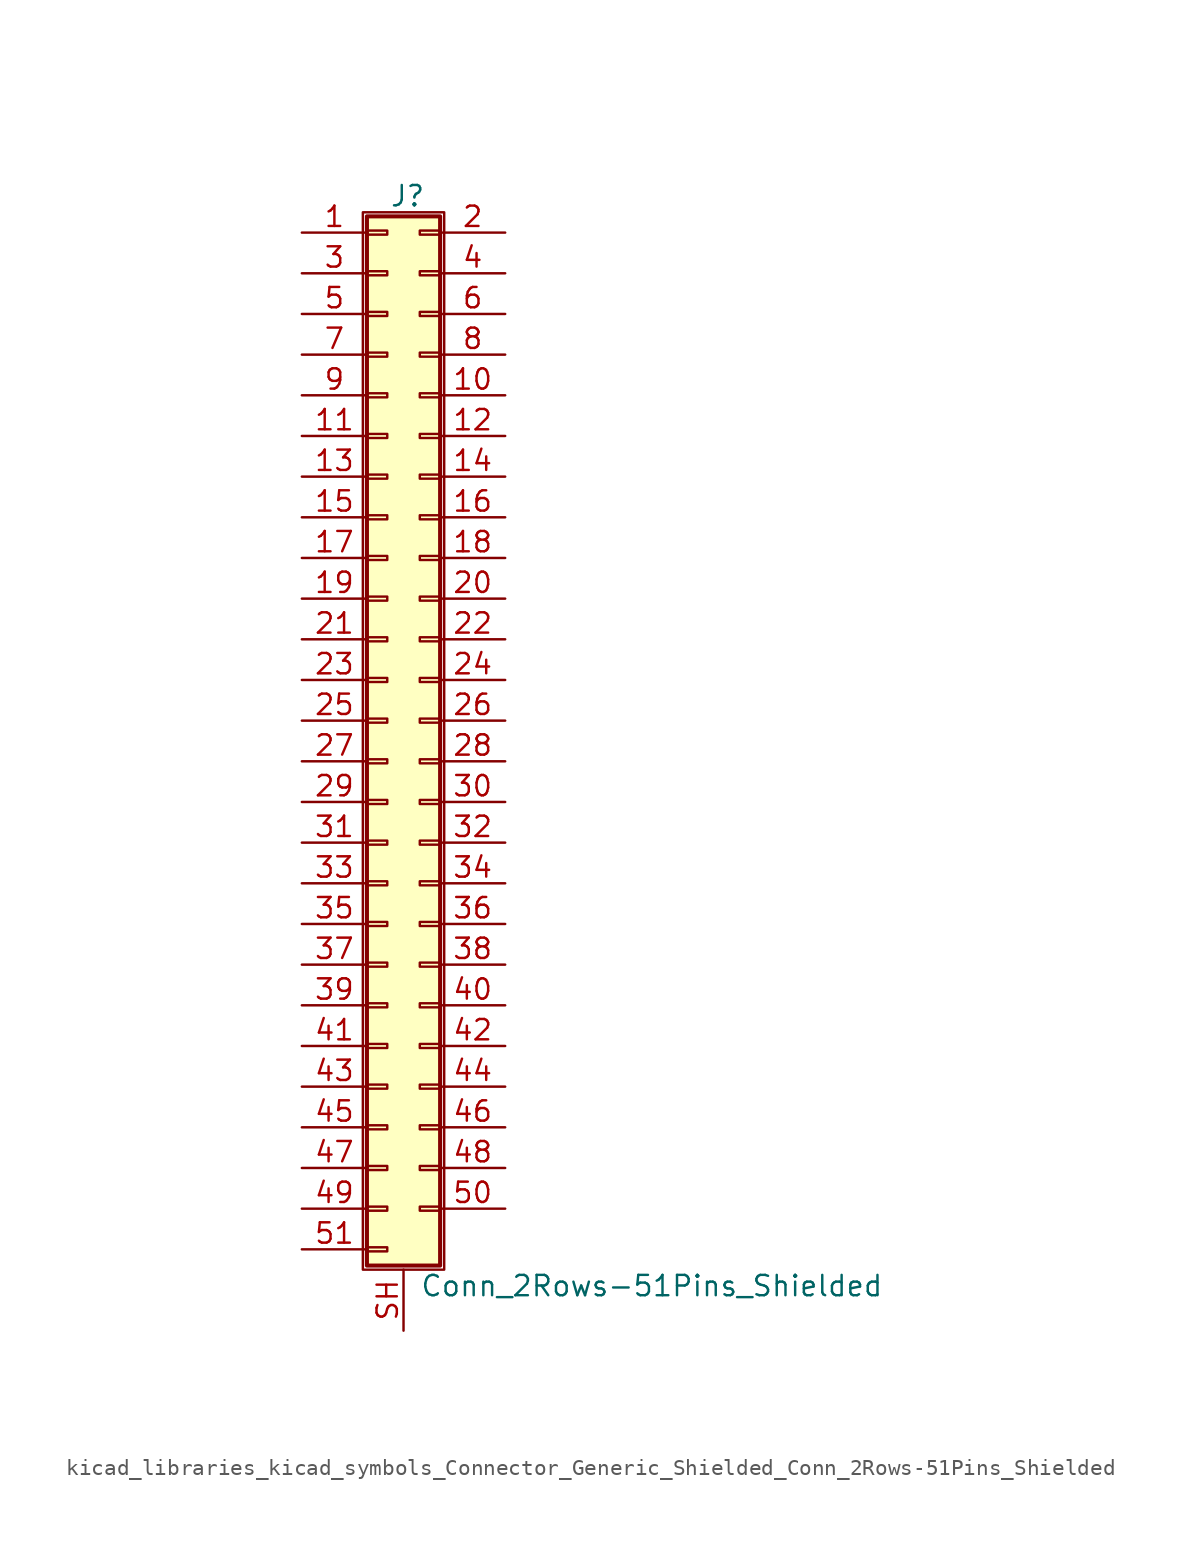
<source format=kicad_sym>
(kicad_symbol_lib
  (version 20220914)
  (generator kicad_symbol_editor)
  (symbol "kicad_libraries_kicad_symbols_Connector_Generic_Shielded_Conn_2Rows-51Pins_Shielded"
    (pin_names
      (offset 1.016) hide)
    (property "Reference" "J"
      (at 1.524 32.766 0)
      (effects (font (size 1.27 1.27))))
    (property "Value" "Conn_2Rows-51Pins_Shielded"
      (at 2.286 -35.306 0)
      (effects (font (size 1.27 1.27)) (justify left)))
    (symbol "kicad_libraries_kicad_symbols_Connector_Generic_Shielded_Conn_2Rows-51Pins_Shielded_1_1"
      (rectangle (start -1.27 31.75) (end 3.81 -34.29) (stroke (width 0.152) (type default)) (fill (type none)))
      (rectangle (start -1.016 -32.893) (end 0.254 -33.147) (stroke (width 0.152) (type default)) (fill (type none)))
      (rectangle (start -1.016 -30.353) (end 0.254 -30.607) (stroke (width 0.152) (type default)) (fill (type none)))
      (rectangle (start -1.016 -27.813) (end 0.254 -28.067) (stroke (width 0.152) (type default)) (fill (type none)))
      (rectangle (start -1.016 -25.273) (end 0.254 -25.527) (stroke (width 0.152) (type default)) (fill (type none)))
      (rectangle (start -1.016 -22.733) (end 0.254 -22.987) (stroke (width 0.152) (type default)) (fill (type none)))
      (rectangle (start -1.016 -20.193) (end 0.254 -20.447) (stroke (width 0.152) (type default)) (fill (type none)))
      (rectangle (start -1.016 -17.653) (end 0.254 -17.907) (stroke (width 0.152) (type default)) (fill (type none)))
      (rectangle (start -1.016 -15.113) (end 0.254 -15.367) (stroke (width 0.152) (type default)) (fill (type none)))
      (rectangle (start -1.016 -12.573) (end 0.254 -12.827) (stroke (width 0.152) (type default)) (fill (type none)))
      (rectangle (start -1.016 -10.033) (end 0.254 -10.287) (stroke (width 0.152) (type default)) (fill (type none)))
      (rectangle (start -1.016 -7.493) (end 0.254 -7.747) (stroke (width 0.152) (type default)) (fill (type none)))
      (rectangle (start -1.016 -4.953) (end 0.254 -5.207) (stroke (width 0.152) (type default)) (fill (type none)))
      (rectangle (start -1.016 -2.413) (end 0.254 -2.667) (stroke (width 0.152) (type default)) (fill (type none)))
      (rectangle (start -1.016 0.127) (end 0.254 -0.127) (stroke (width 0.152) (type default)) (fill (type none)))
      (rectangle (start -1.016 2.667) (end 0.254 2.413) (stroke (width 0.152) (type default)) (fill (type none)))
      (rectangle (start -1.016 5.207) (end 0.254 4.953) (stroke (width 0.152) (type default)) (fill (type none)))
      (rectangle (start -1.016 7.747) (end 0.254 7.493) (stroke (width 0.152) (type default)) (fill (type none)))
      (rectangle (start -1.016 10.287) (end 0.254 10.033) (stroke (width 0.152) (type default)) (fill (type none)))
      (rectangle (start -1.016 12.827) (end 0.254 12.573) (stroke (width 0.152) (type default)) (fill (type none)))
      (rectangle (start -1.016 15.367) (end 0.254 15.113) (stroke (width 0.152) (type default)) (fill (type none)))
      (rectangle (start -1.016 17.907) (end 0.254 17.653) (stroke (width 0.152) (type default)) (fill (type none)))
      (rectangle (start -1.016 20.447) (end 0.254 20.193) (stroke (width 0.152) (type default)) (fill (type none)))
      (rectangle (start -1.016 22.987) (end 0.254 22.733) (stroke (width 0.152) (type default)) (fill (type none)))
      (rectangle (start -1.016 25.527) (end 0.254 25.273) (stroke (width 0.152) (type default)) (fill (type none)))
      (rectangle (start -1.016 28.067) (end 0.254 27.813) (stroke (width 0.152) (type default)) (fill (type none)))
      (rectangle (start -1.016 30.607) (end 0.254 30.353) (stroke (width 0.152) (type default)) (fill (type none)))
      (rectangle (start -1.016 31.496) (end 3.556 -34.036) (stroke (width 0.254) (type default)) (fill (type background)))
      (rectangle (start 3.556 -30.353) (end 2.286 -30.607) (stroke (width 0.152) (type default)) (fill (type none)))
      (rectangle (start 3.556 -27.813) (end 2.286 -28.067) (stroke (width 0.152) (type default)) (fill (type none)))
      (rectangle (start 3.556 -25.273) (end 2.286 -25.527) (stroke (width 0.152) (type default)) (fill (type none)))
      (rectangle (start 3.556 -22.733) (end 2.286 -22.987) (stroke (width 0.152) (type default)) (fill (type none)))
      (rectangle (start 3.556 -20.193) (end 2.286 -20.447) (stroke (width 0.152) (type default)) (fill (type none)))
      (rectangle (start 3.556 -17.653) (end 2.286 -17.907) (stroke (width 0.152) (type default)) (fill (type none)))
      (rectangle (start 3.556 -15.113) (end 2.286 -15.367) (stroke (width 0.152) (type default)) (fill (type none)))
      (rectangle (start 3.556 -12.573) (end 2.286 -12.827) (stroke (width 0.152) (type default)) (fill (type none)))
      (rectangle (start 3.556 -10.033) (end 2.286 -10.287) (stroke (width 0.152) (type default)) (fill (type none)))
      (rectangle (start 3.556 -7.493) (end 2.286 -7.747) (stroke (width 0.152) (type default)) (fill (type none)))
      (rectangle (start 3.556 -4.953) (end 2.286 -5.207) (stroke (width 0.152) (type default)) (fill (type none)))
      (rectangle (start 3.556 -2.413) (end 2.286 -2.667) (stroke (width 0.152) (type default)) (fill (type none)))
      (rectangle (start 3.556 0.127) (end 2.286 -0.127) (stroke (width 0.152) (type default)) (fill (type none)))
      (rectangle (start 3.556 2.667) (end 2.286 2.413) (stroke (width 0.152) (type default)) (fill (type none)))
      (rectangle (start 3.556 5.207) (end 2.286 4.953) (stroke (width 0.152) (type default)) (fill (type none)))
      (rectangle (start 3.556 7.747) (end 2.286 7.493) (stroke (width 0.152) (type default)) (fill (type none)))
      (rectangle (start 3.556 10.287) (end 2.286 10.033) (stroke (width 0.152) (type default)) (fill (type none)))
      (rectangle (start 3.556 12.827) (end 2.286 12.573) (stroke (width 0.152) (type default)) (fill (type none)))
      (rectangle (start 3.556 15.367) (end 2.286 15.113) (stroke (width 0.152) (type default)) (fill (type none)))
      (rectangle (start 3.556 17.907) (end 2.286 17.653) (stroke (width 0.152) (type default)) (fill (type none)))
      (rectangle (start 3.556 20.447) (end 2.286 20.193) (stroke (width 0.152) (type default)) (fill (type none)))
      (rectangle (start 3.556 22.987) (end 2.286 22.733) (stroke (width 0.152) (type default)) (fill (type none)))
      (rectangle (start 3.556 25.527) (end 2.286 25.273) (stroke (width 0.152) (type default)) (fill (type none)))
      (rectangle (start 3.556 28.067) (end 2.286 27.813) (stroke (width 0.152) (type default)) (fill (type none)))
      (rectangle (start 3.556 30.607) (end 2.286 30.353) (stroke (width 0.152) (type default)) (fill (type none)))
      (pin passive line (at -5.08 30.48 0) (length 4.064) (name "Pin_1" (effects (font (size 1.27 1.27)))) (number "1" (effects (font (size 1.27 1.27)))))
      (pin passive line (at 7.62 20.32 180) (length 4.064) (name "Pin_10" (effects (font (size 1.27 1.27)))) (number "10" (effects (font (size 1.27 1.27)))))
      (pin passive line (at -5.08 17.78 0) (length 4.064) (name "Pin_11" (effects (font (size 1.27 1.27)))) (number "11" (effects (font (size 1.27 1.27)))))
      (pin passive line (at 7.62 17.78 180) (length 4.064) (name "Pin_12" (effects (font (size 1.27 1.27)))) (number "12" (effects (font (size 1.27 1.27)))))
      (pin passive line (at -5.08 15.24 0) (length 4.064) (name "Pin_13" (effects (font (size 1.27 1.27)))) (number "13" (effects (font (size 1.27 1.27)))))
      (pin passive line (at 7.62 15.24 180) (length 4.064) (name "Pin_14" (effects (font (size 1.27 1.27)))) (number "14" (effects (font (size 1.27 1.27)))))
      (pin passive line (at -5.08 12.7 0) (length 4.064) (name "Pin_15" (effects (font (size 1.27 1.27)))) (number "15" (effects (font (size 1.27 1.27)))))
      (pin passive line (at 7.62 12.7 180) (length 4.064) (name "Pin_16" (effects (font (size 1.27 1.27)))) (number "16" (effects (font (size 1.27 1.27)))))
      (pin passive line (at -5.08 10.16 0) (length 4.064) (name "Pin_17" (effects (font (size 1.27 1.27)))) (number "17" (effects (font (size 1.27 1.27)))))
      (pin passive line (at 7.62 10.16 180) (length 4.064) (name "Pin_18" (effects (font (size 1.27 1.27)))) (number "18" (effects (font (size 1.27 1.27)))))
      (pin passive line (at -5.08 7.62 0) (length 4.064) (name "Pin_19" (effects (font (size 1.27 1.27)))) (number "19" (effects (font (size 1.27 1.27)))))
      (pin passive line (at 7.62 30.48 180) (length 4.064) (name "Pin_2" (effects (font (size 1.27 1.27)))) (number "2" (effects (font (size 1.27 1.27)))))
      (pin passive line (at 7.62 7.62 180) (length 4.064) (name "Pin_20" (effects (font (size 1.27 1.27)))) (number "20" (effects (font (size 1.27 1.27)))))
      (pin passive line (at -5.08 5.08 0) (length 4.064) (name "Pin_21" (effects (font (size 1.27 1.27)))) (number "21" (effects (font (size 1.27 1.27)))))
      (pin passive line (at 7.62 5.08 180) (length 4.064) (name "Pin_22" (effects (font (size 1.27 1.27)))) (number "22" (effects (font (size 1.27 1.27)))))
      (pin passive line (at -5.08 2.54 0) (length 4.064) (name "Pin_23" (effects (font (size 1.27 1.27)))) (number "23" (effects (font (size 1.27 1.27)))))
      (pin passive line (at 7.62 2.54 180) (length 4.064) (name "Pin_24" (effects (font (size 1.27 1.27)))) (number "24" (effects (font (size 1.27 1.27)))))
      (pin passive line (at -5.08 0 0) (length 4.064) (name "Pin_25" (effects (font (size 1.27 1.27)))) (number "25" (effects (font (size 1.27 1.27)))))
      (pin passive line (at 7.62 0 180) (length 4.064) (name "Pin_26" (effects (font (size 1.27 1.27)))) (number "26" (effects (font (size 1.27 1.27)))))
      (pin passive line (at -5.08 -2.54 0) (length 4.064) (name "Pin_27" (effects (font (size 1.27 1.27)))) (number "27" (effects (font (size 1.27 1.27)))))
      (pin passive line (at 7.62 -2.54 180) (length 4.064) (name "Pin_28" (effects (font (size 1.27 1.27)))) (number "28" (effects (font (size 1.27 1.27)))))
      (pin passive line (at -5.08 -5.08 0) (length 4.064) (name "Pin_29" (effects (font (size 1.27 1.27)))) (number "29" (effects (font (size 1.27 1.27)))))
      (pin passive line (at -5.08 27.94 0) (length 4.064) (name "Pin_3" (effects (font (size 1.27 1.27)))) (number "3" (effects (font (size 1.27 1.27)))))
      (pin passive line (at 7.62 -5.08 180) (length 4.064) (name "Pin_30" (effects (font (size 1.27 1.27)))) (number "30" (effects (font (size 1.27 1.27)))))
      (pin passive line (at -5.08 -7.62 0) (length 4.064) (name "Pin_31" (effects (font (size 1.27 1.27)))) (number "31" (effects (font (size 1.27 1.27)))))
      (pin passive line (at 7.62 -7.62 180) (length 4.064) (name "Pin_32" (effects (font (size 1.27 1.27)))) (number "32" (effects (font (size 1.27 1.27)))))
      (pin passive line (at -5.08 -10.16 0) (length 4.064) (name "Pin_33" (effects (font (size 1.27 1.27)))) (number "33" (effects (font (size 1.27 1.27)))))
      (pin passive line (at 7.62 -10.16 180) (length 4.064) (name "Pin_34" (effects (font (size 1.27 1.27)))) (number "34" (effects (font (size 1.27 1.27)))))
      (pin passive line (at -5.08 -12.7 0) (length 4.064) (name "Pin_35" (effects (font (size 1.27 1.27)))) (number "35" (effects (font (size 1.27 1.27)))))
      (pin passive line (at 7.62 -12.7 180) (length 4.064) (name "Pin_36" (effects (font (size 1.27 1.27)))) (number "36" (effects (font (size 1.27 1.27)))))
      (pin passive line (at -5.08 -15.24 0) (length 4.064) (name "Pin_37" (effects (font (size 1.27 1.27)))) (number "37" (effects (font (size 1.27 1.27)))))
      (pin passive line (at 7.62 -15.24 180) (length 4.064) (name "Pin_38" (effects (font (size 1.27 1.27)))) (number "38" (effects (font (size 1.27 1.27)))))
      (pin passive line (at -5.08 -17.78 0) (length 4.064) (name "Pin_39" (effects (font (size 1.27 1.27)))) (number "39" (effects (font (size 1.27 1.27)))))
      (pin passive line (at 7.62 27.94 180) (length 4.064) (name "Pin_4" (effects (font (size 1.27 1.27)))) (number "4" (effects (font (size 1.27 1.27)))))
      (pin passive line (at 7.62 -17.78 180) (length 4.064) (name "Pin_40" (effects (font (size 1.27 1.27)))) (number "40" (effects (font (size 1.27 1.27)))))
      (pin passive line (at -5.08 -20.32 0) (length 4.064) (name "Pin_41" (effects (font (size 1.27 1.27)))) (number "41" (effects (font (size 1.27 1.27)))))
      (pin passive line (at 7.62 -20.32 180) (length 4.064) (name "Pin_42" (effects (font (size 1.27 1.27)))) (number "42" (effects (font (size 1.27 1.27)))))
      (pin passive line (at -5.08 -22.86 0) (length 4.064) (name "Pin_43" (effects (font (size 1.27 1.27)))) (number "43" (effects (font (size 1.27 1.27)))))
      (pin passive line (at 7.62 -22.86 180) (length 4.064) (name "Pin_44" (effects (font (size 1.27 1.27)))) (number "44" (effects (font (size 1.27 1.27)))))
      (pin passive line (at -5.08 -25.4 0) (length 4.064) (name "Pin_45" (effects (font (size 1.27 1.27)))) (number "45" (effects (font (size 1.27 1.27)))))
      (pin passive line (at 7.62 -25.4 180) (length 4.064) (name "Pin_46" (effects (font (size 1.27 1.27)))) (number "46" (effects (font (size 1.27 1.27)))))
      (pin passive line (at -5.08 -27.94 0) (length 4.064) (name "Pin_47" (effects (font (size 1.27 1.27)))) (number "47" (effects (font (size 1.27 1.27)))))
      (pin passive line (at 7.62 -27.94 180) (length 4.064) (name "Pin_48" (effects (font (size 1.27 1.27)))) (number "48" (effects (font (size 1.27 1.27)))))
      (pin passive line (at -5.08 -30.48 0) (length 4.064) (name "Pin_49" (effects (font (size 1.27 1.27)))) (number "49" (effects (font (size 1.27 1.27)))))
      (pin passive line (at -5.08 25.4 0) (length 4.064) (name "Pin_5" (effects (font (size 1.27 1.27)))) (number "5" (effects (font (size 1.27 1.27)))))
      (pin passive line (at 7.62 -30.48 180) (length 4.064) (name "Pin_50" (effects (font (size 1.27 1.27)))) (number "50" (effects (font (size 1.27 1.27)))))
      (pin passive line (at -5.08 -33.02 0) (length 4.064) (name "Pin_51" (effects (font (size 1.27 1.27)))) (number "51" (effects (font (size 1.27 1.27)))))
      (pin passive line (at 7.62 25.4 180) (length 4.064) (name "Pin_6" (effects (font (size 1.27 1.27)))) (number "6" (effects (font (size 1.27 1.27)))))
      (pin passive line (at -5.08 22.86 0) (length 4.064) (name "Pin_7" (effects (font (size 1.27 1.27)))) (number "7" (effects (font (size 1.27 1.27)))))
      (pin passive line (at 7.62 22.86 180) (length 4.064) (name "Pin_8" (effects (font (size 1.27 1.27)))) (number "8" (effects (font (size 1.27 1.27)))))
      (pin passive line (at -5.08 20.32 0) (length 4.064) (name "Pin_9" (effects (font (size 1.27 1.27)))) (number "9" (effects (font (size 1.27 1.27)))))
      (pin passive line (at 1.27 -38.1 90) (length 3.81) (name "Shield" (effects (font (size 1.27 1.27)))) (number "SH" (effects (font (size 1.27 1.27))))))))
</source>
